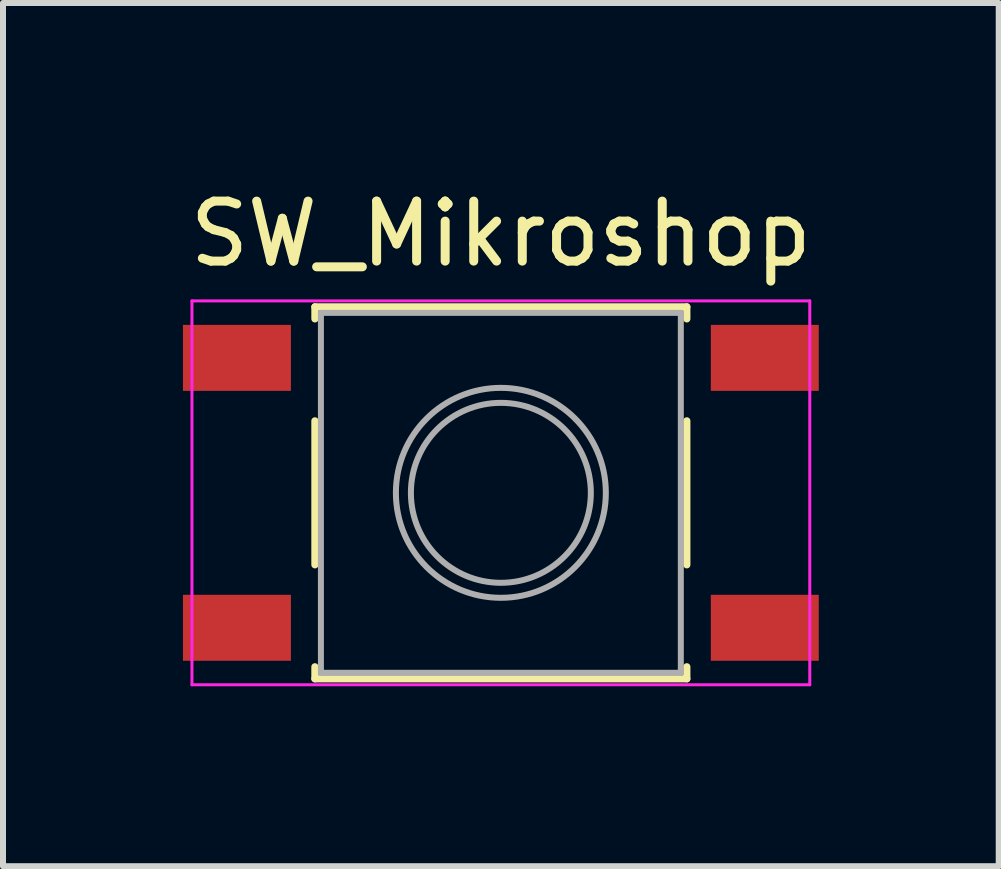
<source format=kicad_pcb>
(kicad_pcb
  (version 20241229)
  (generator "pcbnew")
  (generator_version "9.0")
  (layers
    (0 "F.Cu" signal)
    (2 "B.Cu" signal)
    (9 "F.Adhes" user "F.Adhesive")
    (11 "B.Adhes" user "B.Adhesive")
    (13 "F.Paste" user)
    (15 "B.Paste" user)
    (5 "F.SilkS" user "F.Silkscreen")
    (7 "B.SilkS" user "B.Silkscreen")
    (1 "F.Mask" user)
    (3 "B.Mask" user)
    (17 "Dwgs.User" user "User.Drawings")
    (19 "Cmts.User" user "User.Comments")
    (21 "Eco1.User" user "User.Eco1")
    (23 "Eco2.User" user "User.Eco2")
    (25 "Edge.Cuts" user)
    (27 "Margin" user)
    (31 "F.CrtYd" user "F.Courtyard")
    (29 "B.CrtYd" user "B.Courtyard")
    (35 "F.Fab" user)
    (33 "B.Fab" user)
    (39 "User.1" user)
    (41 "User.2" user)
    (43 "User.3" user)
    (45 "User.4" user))
  (footprint "SW_Mikroshop"
    (layer "F.Cu")
    (at 5.3 5.166)
    (property "Reference" "SW_Mikroshop" (at 0 -4.318 0) (layer "F.SilkS") (effects (font (size 1 1) (thickness 0.15))))
    (attr smd)
    (fp_line (start -3.1 -3.1) (end -3.1 -2.9) (stroke (width 0.12) (type solid)) (layer "F.SilkS"))
    (fp_line (start -3.1 -1.2) (end -3.1 1.2) (stroke (width 0.12) (type solid)) (layer "F.SilkS"))
    (fp_line (start -3.1 3.1) (end -3.1 2.9) (stroke (width 0.12) (type solid)) (layer "F.SilkS"))
    (fp_line (start -3.1 3.1) (end 3.1 3.1) (stroke (width 0.12) (type solid)) (layer "F.SilkS"))
    (fp_line (start 3.1 -3.1) (end -3.1 -3.1) (stroke (width 0.12) (type solid)) (layer "F.SilkS"))
    (fp_line (start 3.1 -3.1) (end 3.1 -2.9) (stroke (width 0.12) (type solid)) (layer "F.SilkS"))
    (fp_line (start 3.1 -1.2) (end 3.1 1.2) (stroke (width 0.12) (type solid)) (layer "F.SilkS"))
    (fp_line (start 3.1 3.1) (end 3.1 2.9) (stroke (width 0.12) (type solid)) (layer "F.SilkS"))
    (fp_line (start -5.15 -3.2) (end 5.15 -3.2) (stroke (width 0.05) (type solid)) (layer "F.CrtYd"))
    (fp_line (start -5.15 3.2) (end -5.15 -3.2) (stroke (width 0.05) (type solid)) (layer "F.CrtYd"))
    (fp_line (start 5.15 -3.2) (end 5.15 3.2) (stroke (width 0.05) (type solid)) (layer "F.CrtYd"))
    (fp_line (start 5.15 3.2) (end -5.15 3.2) (stroke (width 0.05) (type solid)) (layer "F.CrtYd"))
    (fp_line (start -3 -3) (end 3 -3) (stroke (width 0.1) (type solid)) (layer "F.Fab"))
    (fp_line (start -3 3) (end -3 -3) (stroke (width 0.1) (type solid)) (layer "F.Fab"))
    (fp_line (start 3 -3) (end 3 3) (stroke (width 0.1) (type solid)) (layer "F.Fab"))
    (fp_line (start 3 3) (end -3 3) (stroke (width 0.1) (type solid)) (layer "F.Fab"))
    (fp_circle (center 0 0) (end 1.5 0) (stroke (width 0.1) (type solid)) (fill no) (layer "F.Fab"))
    (fp_circle (center 0 0) (end 1.75 0) (stroke (width 0.1) (type solid)) (fill no) (layer "F.Fab"))
    (pad "1" smd rect (at -4.4 -2.25) (size 1.8 1.1) (layers "F.Cu" "F.Mask" "F.Paste"))
    (pad "1" smd rect (at 4.4 -2.25) (size 1.8 1.1) (layers "F.Cu" "F.Mask" "F.Paste"))
    (pad "2" smd rect (at -4.4 2.25) (size 1.8 1.1) (layers "F.Cu" "F.Mask" "F.Paste"))
    (pad "2" smd rect (at 4.4 2.25) (size 1.8 1.1) (layers "F.Cu" "F.Mask" "F.Paste")))
  (gr_rect
    (start -3 -3)
    (end 13.6 11.391)
    (stroke (width 0.1) (type default))
    (fill no)
    (layer "Edge.Cuts")))
</source>
